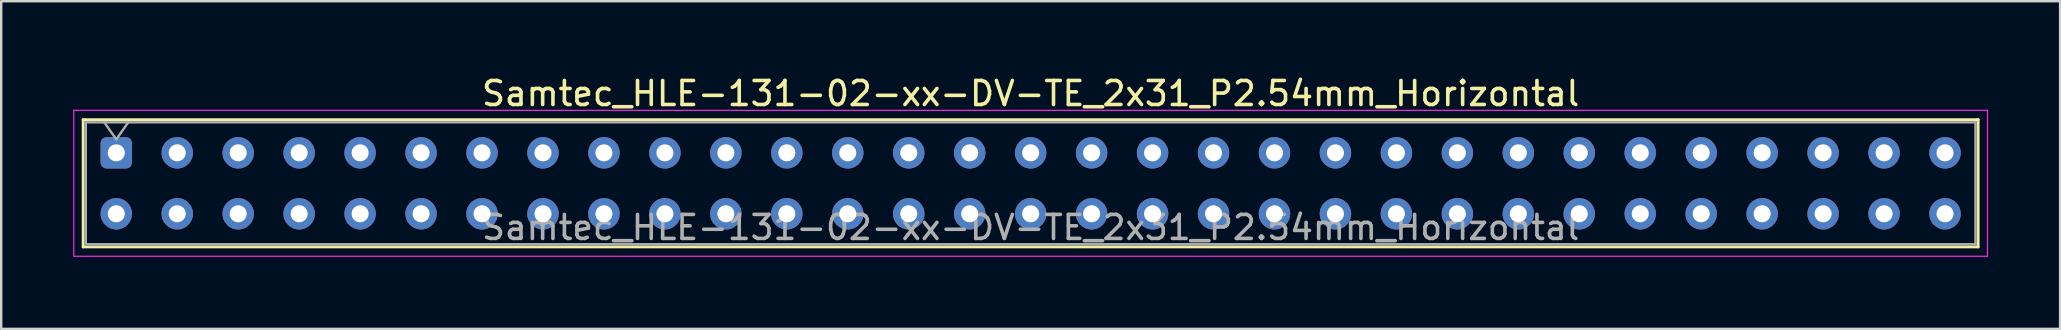
<source format=kicad_pcb>
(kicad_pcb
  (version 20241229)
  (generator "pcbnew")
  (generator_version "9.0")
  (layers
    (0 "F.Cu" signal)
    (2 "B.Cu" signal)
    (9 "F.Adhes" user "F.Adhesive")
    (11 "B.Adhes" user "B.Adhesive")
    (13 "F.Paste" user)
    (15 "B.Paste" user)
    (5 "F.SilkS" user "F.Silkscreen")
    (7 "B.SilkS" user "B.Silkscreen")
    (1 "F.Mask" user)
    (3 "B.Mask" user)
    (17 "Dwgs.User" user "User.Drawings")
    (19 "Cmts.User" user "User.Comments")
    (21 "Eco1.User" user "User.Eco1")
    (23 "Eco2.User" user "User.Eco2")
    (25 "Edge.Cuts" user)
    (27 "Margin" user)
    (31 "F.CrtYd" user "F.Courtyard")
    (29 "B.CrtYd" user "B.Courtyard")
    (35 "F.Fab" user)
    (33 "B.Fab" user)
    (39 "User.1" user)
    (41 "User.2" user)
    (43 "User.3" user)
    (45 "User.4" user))
  (footprint "Samtec_HLE-131-02-xx-DV-TE_2x31_P2.54mm_Horizontal"
    (layer "F.Cu")
    (at 1.795 3.318)
    (property "Reference" "Samtec_HLE-131-02-xx-DV-TE_2x31_P2.54mm_Horizontal" (at 38.1 -2.47 0) (layer "F.SilkS") (effects (font (size 1 1) (thickness 0.15))))
    (attr through_hole)
    (fp_line (start -1.38 -1.38) (end 77.58 -1.38) (stroke (width 0.12) (type solid)) (layer "F.SilkS"))
    (fp_line (start -1.38 3.92) (end -1.38 -1.38) (stroke (width 0.12) (type solid)) (layer "F.SilkS"))
    (fp_line (start 77.58 -1.38) (end 77.58 3.92) (stroke (width 0.12) (type solid)) (layer "F.SilkS"))
    (fp_line (start 77.58 3.92) (end -1.38 3.92) (stroke (width 0.12) (type solid)) (layer "F.SilkS"))
    (fp_line (start -1.77 -1.77) (end 77.97 -1.77) (stroke (width 0.05) (type solid)) (layer "F.CrtYd"))
    (fp_line (start -1.77 4.31) (end -1.77 -1.77) (stroke (width 0.05) (type solid)) (layer "F.CrtYd"))
    (fp_line (start 77.97 -1.77) (end 77.97 4.31) (stroke (width 0.05) (type solid)) (layer "F.CrtYd"))
    (fp_line (start 77.97 4.31) (end -1.77 4.31) (stroke (width 0.05) (type solid)) (layer "F.CrtYd"))
    (fp_line (start -1.27 -1.27) (end 77.47 -1.27) (stroke (width 0.1) (type solid)) (layer "F.Fab"))
    (fp_line (start -1.27 3.81) (end -1.27 -1.27) (stroke (width 0.1) (type solid)) (layer "F.Fab"))
    (fp_line (start -0.5 -1.27) (end 0 -0.563) (stroke (width 0.1) (type solid)) (layer "F.Fab"))
    (fp_line (start 0 -0.563) (end 0.5 -1.27) (stroke (width 0.1) (type solid)) (layer "F.Fab"))
    (fp_line (start 77.47 -1.27) (end 77.47 3.81) (stroke (width 0.1) (type solid)) (layer "F.Fab"))
    (fp_line (start 77.47 3.81) (end -1.27 3.81) (stroke (width 0.1) (type solid)) (layer "F.Fab"))
    (fp_text user "${REFERENCE}" (at 38.1 3.11 0) (layer "F.Fab") (effects (font (size 1 1) (thickness 0.15))))
    (pad "1" thru_hole roundrect (at 0 0) (size 1.31 1.31) (drill 0.71) (layers "*.Cu" "*.Mask") (roundrect_rratio 0.191))
    (pad "2" thru_hole circle (at 0 2.54) (size 1.31 1.31) (drill 0.71) (layers "*.Cu" "*.Mask"))
    (pad "3" thru_hole circle (at 2.54 0) (size 1.31 1.31) (drill 0.71) (layers "*.Cu" "*.Mask"))
    (pad "4" thru_hole circle (at 2.54 2.54) (size 1.31 1.31) (drill 0.71) (layers "*.Cu" "*.Mask"))
    (pad "5" thru_hole circle (at 5.08 0) (size 1.31 1.31) (drill 0.71) (layers "*.Cu" "*.Mask"))
    (pad "6" thru_hole circle (at 5.08 2.54) (size 1.31 1.31) (drill 0.71) (layers "*.Cu" "*.Mask"))
    (pad "7" thru_hole circle (at 7.62 0) (size 1.31 1.31) (drill 0.71) (layers "*.Cu" "*.Mask"))
    (pad "8" thru_hole circle (at 7.62 2.54) (size 1.31 1.31) (drill 0.71) (layers "*.Cu" "*.Mask"))
    (pad "9" thru_hole circle (at 10.16 0) (size 1.31 1.31) (drill 0.71) (layers "*.Cu" "*.Mask"))
    (pad "10" thru_hole circle (at 10.16 2.54) (size 1.31 1.31) (drill 0.71) (layers "*.Cu" "*.Mask"))
    (pad "11" thru_hole circle (at 12.7 0) (size 1.31 1.31) (drill 0.71) (layers "*.Cu" "*.Mask"))
    (pad "12" thru_hole circle (at 12.7 2.54) (size 1.31 1.31) (drill 0.71) (layers "*.Cu" "*.Mask"))
    (pad "13" thru_hole circle (at 15.24 0) (size 1.31 1.31) (drill 0.71) (layers "*.Cu" "*.Mask"))
    (pad "14" thru_hole circle (at 15.24 2.54) (size 1.31 1.31) (drill 0.71) (layers "*.Cu" "*.Mask"))
    (pad "15" thru_hole circle (at 17.78 0) (size 1.31 1.31) (drill 0.71) (layers "*.Cu" "*.Mask"))
    (pad "16" thru_hole circle (at 17.78 2.54) (size 1.31 1.31) (drill 0.71) (layers "*.Cu" "*.Mask"))
    (pad "17" thru_hole circle (at 20.32 0) (size 1.31 1.31) (drill 0.71) (layers "*.Cu" "*.Mask"))
    (pad "18" thru_hole circle (at 20.32 2.54) (size 1.31 1.31) (drill 0.71) (layers "*.Cu" "*.Mask"))
    (pad "19" thru_hole circle (at 22.86 0) (size 1.31 1.31) (drill 0.71) (layers "*.Cu" "*.Mask"))
    (pad "20" thru_hole circle (at 22.86 2.54) (size 1.31 1.31) (drill 0.71) (layers "*.Cu" "*.Mask"))
    (pad "21" thru_hole circle (at 25.4 0) (size 1.31 1.31) (drill 0.71) (layers "*.Cu" "*.Mask"))
    (pad "22" thru_hole circle (at 25.4 2.54) (size 1.31 1.31) (drill 0.71) (layers "*.Cu" "*.Mask"))
    (pad "23" thru_hole circle (at 27.94 0) (size 1.31 1.31) (drill 0.71) (layers "*.Cu" "*.Mask"))
    (pad "24" thru_hole circle (at 27.94 2.54) (size 1.31 1.31) (drill 0.71) (layers "*.Cu" "*.Mask"))
    (pad "25" thru_hole circle (at 30.48 0) (size 1.31 1.31) (drill 0.71) (layers "*.Cu" "*.Mask"))
    (pad "26" thru_hole circle (at 30.48 2.54) (size 1.31 1.31) (drill 0.71) (layers "*.Cu" "*.Mask"))
    (pad "27" thru_hole circle (at 33.02 0) (size 1.31 1.31) (drill 0.71) (layers "*.Cu" "*.Mask"))
    (pad "28" thru_hole circle (at 33.02 2.54) (size 1.31 1.31) (drill 0.71) (layers "*.Cu" "*.Mask"))
    (pad "29" thru_hole circle (at 35.56 0) (size 1.31 1.31) (drill 0.71) (layers "*.Cu" "*.Mask"))
    (pad "30" thru_hole circle (at 35.56 2.54) (size 1.31 1.31) (drill 0.71) (layers "*.Cu" "*.Mask"))
    (pad "31" thru_hole circle (at 38.1 0) (size 1.31 1.31) (drill 0.71) (layers "*.Cu" "*.Mask"))
    (pad "32" thru_hole circle (at 38.1 2.54) (size 1.31 1.31) (drill 0.71) (layers "*.Cu" "*.Mask"))
    (pad "33" thru_hole circle (at 40.64 0) (size 1.31 1.31) (drill 0.71) (layers "*.Cu" "*.Mask"))
    (pad "34" thru_hole circle (at 40.64 2.54) (size 1.31 1.31) (drill 0.71) (layers "*.Cu" "*.Mask"))
    (pad "35" thru_hole circle (at 43.18 0) (size 1.31 1.31) (drill 0.71) (layers "*.Cu" "*.Mask"))
    (pad "36" thru_hole circle (at 43.18 2.54) (size 1.31 1.31) (drill 0.71) (layers "*.Cu" "*.Mask"))
    (pad "37" thru_hole circle (at 45.72 0) (size 1.31 1.31) (drill 0.71) (layers "*.Cu" "*.Mask"))
    (pad "38" thru_hole circle (at 45.72 2.54) (size 1.31 1.31) (drill 0.71) (layers "*.Cu" "*.Mask"))
    (pad "39" thru_hole circle (at 48.26 0) (size 1.31 1.31) (drill 0.71) (layers "*.Cu" "*.Mask"))
    (pad "40" thru_hole circle (at 48.26 2.54) (size 1.31 1.31) (drill 0.71) (layers "*.Cu" "*.Mask"))
    (pad "41" thru_hole circle (at 50.8 0) (size 1.31 1.31) (drill 0.71) (layers "*.Cu" "*.Mask"))
    (pad "42" thru_hole circle (at 50.8 2.54) (size 1.31 1.31) (drill 0.71) (layers "*.Cu" "*.Mask"))
    (pad "43" thru_hole circle (at 53.34 0) (size 1.31 1.31) (drill 0.71) (layers "*.Cu" "*.Mask"))
    (pad "44" thru_hole circle (at 53.34 2.54) (size 1.31 1.31) (drill 0.71) (layers "*.Cu" "*.Mask"))
    (pad "45" thru_hole circle (at 55.88 0) (size 1.31 1.31) (drill 0.71) (layers "*.Cu" "*.Mask"))
    (pad "46" thru_hole circle (at 55.88 2.54) (size 1.31 1.31) (drill 0.71) (layers "*.Cu" "*.Mask"))
    (pad "47" thru_hole circle (at 58.42 0) (size 1.31 1.31) (drill 0.71) (layers "*.Cu" "*.Mask"))
    (pad "48" thru_hole circle (at 58.42 2.54) (size 1.31 1.31) (drill 0.71) (layers "*.Cu" "*.Mask"))
    (pad "49" thru_hole circle (at 60.96 0) (size 1.31 1.31) (drill 0.71) (layers "*.Cu" "*.Mask"))
    (pad "50" thru_hole circle (at 60.96 2.54) (size 1.31 1.31) (drill 0.71) (layers "*.Cu" "*.Mask"))
    (pad "51" thru_hole circle (at 63.5 0) (size 1.31 1.31) (drill 0.71) (layers "*.Cu" "*.Mask"))
    (pad "52" thru_hole circle (at 63.5 2.54) (size 1.31 1.31) (drill 0.71) (layers "*.Cu" "*.Mask"))
    (pad "53" thru_hole circle (at 66.04 0) (size 1.31 1.31) (drill 0.71) (layers "*.Cu" "*.Mask"))
    (pad "54" thru_hole circle (at 66.04 2.54) (size 1.31 1.31) (drill 0.71) (layers "*.Cu" "*.Mask"))
    (pad "55" thru_hole circle (at 68.58 0) (size 1.31 1.31) (drill 0.71) (layers "*.Cu" "*.Mask"))
    (pad "56" thru_hole circle (at 68.58 2.54) (size 1.31 1.31) (drill 0.71) (layers "*.Cu" "*.Mask"))
    (pad "57" thru_hole circle (at 71.12 0) (size 1.31 1.31) (drill 0.71) (layers "*.Cu" "*.Mask"))
    (pad "58" thru_hole circle (at 71.12 2.54) (size 1.31 1.31) (drill 0.71) (layers "*.Cu" "*.Mask"))
    (pad "59" thru_hole circle (at 73.66 0) (size 1.31 1.31) (drill 0.71) (layers "*.Cu" "*.Mask"))
    (pad "60" thru_hole circle (at 73.66 2.54) (size 1.31 1.31) (drill 0.71) (layers "*.Cu" "*.Mask"))
    (pad "61" thru_hole circle (at 76.2 0) (size 1.31 1.31) (drill 0.71) (layers "*.Cu" "*.Mask"))
    (pad "62" thru_hole circle (at 76.2 2.54) (size 1.31 1.31) (drill 0.71) (layers "*.Cu" "*.Mask")))
  (gr_rect
    (start -3 -3)
    (end 82.79 10.653)
    (stroke (width 0.1) (type default))
    (fill no)
    (layer "Edge.Cuts")))
</source>
